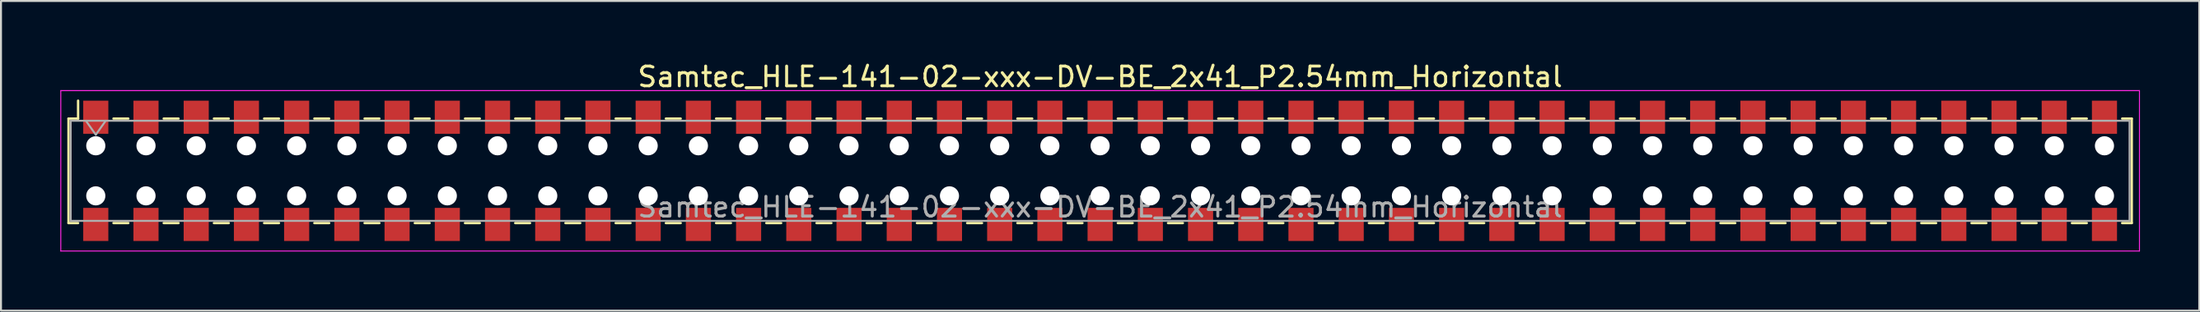
<source format=kicad_pcb>
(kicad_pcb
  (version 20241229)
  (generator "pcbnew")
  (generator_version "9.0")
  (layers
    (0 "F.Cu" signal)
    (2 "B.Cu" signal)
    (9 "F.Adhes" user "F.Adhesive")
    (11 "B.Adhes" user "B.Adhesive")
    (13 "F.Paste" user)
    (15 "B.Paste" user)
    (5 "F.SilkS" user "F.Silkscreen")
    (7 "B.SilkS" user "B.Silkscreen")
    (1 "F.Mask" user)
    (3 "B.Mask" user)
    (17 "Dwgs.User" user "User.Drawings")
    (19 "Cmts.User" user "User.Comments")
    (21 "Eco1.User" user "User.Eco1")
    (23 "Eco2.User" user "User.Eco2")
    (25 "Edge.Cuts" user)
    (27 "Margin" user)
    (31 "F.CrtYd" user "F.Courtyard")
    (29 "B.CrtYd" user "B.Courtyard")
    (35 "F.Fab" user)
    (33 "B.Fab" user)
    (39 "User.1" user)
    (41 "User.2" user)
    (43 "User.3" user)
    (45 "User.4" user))
  (footprint "Samtec_HLE-141-02-xxx-DV-BE_2x41_P2.54mm_Horizontal"
    (layer "F.Cu")
    (at 52.595 5.618)
    (property "Reference" "Samtec_HLE-141-02-xxx-DV-BE_2x41_P2.54mm_Horizontal" (at 0 -4.77 0) (layer "F.SilkS") (effects (font (size 1 1) (thickness 0.15))))
    (attr smd)
    (fp_line (start -52.18 -2.65) (end -52.18 2.65) (stroke (width 0.12) (type solid)) (layer "F.SilkS"))
    (fp_line (start -52.18 2.65) (end -51.695 2.65) (stroke (width 0.12) (type solid)) (layer "F.SilkS"))
    (fp_line (start -51.695 -3.56) (end -51.695 -2.65) (stroke (width 0.12) (type solid)) (layer "F.SilkS"))
    (fp_line (start -51.695 -2.65) (end -52.18 -2.65) (stroke (width 0.12) (type solid)) (layer "F.SilkS"))
    (fp_line (start -49.905 -2.65) (end -49.155 -2.65) (stroke (width 0.12) (type solid)) (layer "F.SilkS"))
    (fp_line (start -49.905 2.65) (end -49.155 2.65) (stroke (width 0.12) (type solid)) (layer "F.SilkS"))
    (fp_line (start -47.365 -2.65) (end -46.615 -2.65) (stroke (width 0.12) (type solid)) (layer "F.SilkS"))
    (fp_line (start -47.365 2.65) (end -46.615 2.65) (stroke (width 0.12) (type solid)) (layer "F.SilkS"))
    (fp_line (start -44.825 -2.65) (end -44.075 -2.65) (stroke (width 0.12) (type solid)) (layer "F.SilkS"))
    (fp_line (start -44.825 2.65) (end -44.075 2.65) (stroke (width 0.12) (type solid)) (layer "F.SilkS"))
    (fp_line (start -42.285 -2.65) (end -41.535 -2.65) (stroke (width 0.12) (type solid)) (layer "F.SilkS"))
    (fp_line (start -42.285 2.65) (end -41.535 2.65) (stroke (width 0.12) (type solid)) (layer "F.SilkS"))
    (fp_line (start -39.745 -2.65) (end -38.995 -2.65) (stroke (width 0.12) (type solid)) (layer "F.SilkS"))
    (fp_line (start -39.745 2.65) (end -38.995 2.65) (stroke (width 0.12) (type solid)) (layer "F.SilkS"))
    (fp_line (start -37.205 -2.65) (end -36.455 -2.65) (stroke (width 0.12) (type solid)) (layer "F.SilkS"))
    (fp_line (start -37.205 2.65) (end -36.455 2.65) (stroke (width 0.12) (type solid)) (layer "F.SilkS"))
    (fp_line (start -34.665 -2.65) (end -33.915 -2.65) (stroke (width 0.12) (type solid)) (layer "F.SilkS"))
    (fp_line (start -34.665 2.65) (end -33.915 2.65) (stroke (width 0.12) (type solid)) (layer "F.SilkS"))
    (fp_line (start -32.125 -2.65) (end -31.375 -2.65) (stroke (width 0.12) (type solid)) (layer "F.SilkS"))
    (fp_line (start -32.125 2.65) (end -31.375 2.65) (stroke (width 0.12) (type solid)) (layer "F.SilkS"))
    (fp_line (start -29.585 -2.65) (end -28.835 -2.65) (stroke (width 0.12) (type solid)) (layer "F.SilkS"))
    (fp_line (start -29.585 2.65) (end -28.835 2.65) (stroke (width 0.12) (type solid)) (layer "F.SilkS"))
    (fp_line (start -27.045 -2.65) (end -26.295 -2.65) (stroke (width 0.12) (type solid)) (layer "F.SilkS"))
    (fp_line (start -27.045 2.65) (end -26.295 2.65) (stroke (width 0.12) (type solid)) (layer "F.SilkS"))
    (fp_line (start -24.505 -2.65) (end -23.755 -2.65) (stroke (width 0.12) (type solid)) (layer "F.SilkS"))
    (fp_line (start -24.505 2.65) (end -23.755 2.65) (stroke (width 0.12) (type solid)) (layer "F.SilkS"))
    (fp_line (start -21.965 -2.65) (end -21.215 -2.65) (stroke (width 0.12) (type solid)) (layer "F.SilkS"))
    (fp_line (start -21.965 2.65) (end -21.215 2.65) (stroke (width 0.12) (type solid)) (layer "F.SilkS"))
    (fp_line (start -19.425 -2.65) (end -18.675 -2.65) (stroke (width 0.12) (type solid)) (layer "F.SilkS"))
    (fp_line (start -19.425 2.65) (end -18.675 2.65) (stroke (width 0.12) (type solid)) (layer "F.SilkS"))
    (fp_line (start -16.885 -2.65) (end -16.135 -2.65) (stroke (width 0.12) (type solid)) (layer "F.SilkS"))
    (fp_line (start -16.885 2.65) (end -16.135 2.65) (stroke (width 0.12) (type solid)) (layer "F.SilkS"))
    (fp_line (start -14.345 -2.65) (end -13.595 -2.65) (stroke (width 0.12) (type solid)) (layer "F.SilkS"))
    (fp_line (start -14.345 2.65) (end -13.595 2.65) (stroke (width 0.12) (type solid)) (layer "F.SilkS"))
    (fp_line (start -11.805 -2.65) (end -11.055 -2.65) (stroke (width 0.12) (type solid)) (layer "F.SilkS"))
    (fp_line (start -11.805 2.65) (end -11.055 2.65) (stroke (width 0.12) (type solid)) (layer "F.SilkS"))
    (fp_line (start -9.265 -2.65) (end -8.515 -2.65) (stroke (width 0.12) (type solid)) (layer "F.SilkS"))
    (fp_line (start -9.265 2.65) (end -8.515 2.65) (stroke (width 0.12) (type solid)) (layer "F.SilkS"))
    (fp_line (start -6.725 -2.65) (end -5.975 -2.65) (stroke (width 0.12) (type solid)) (layer "F.SilkS"))
    (fp_line (start -6.725 2.65) (end -5.975 2.65) (stroke (width 0.12) (type solid)) (layer "F.SilkS"))
    (fp_line (start -4.185 -2.65) (end -3.435 -2.65) (stroke (width 0.12) (type solid)) (layer "F.SilkS"))
    (fp_line (start -4.185 2.65) (end -3.435 2.65) (stroke (width 0.12) (type solid)) (layer "F.SilkS"))
    (fp_line (start -1.645 -2.65) (end -0.895 -2.65) (stroke (width 0.12) (type solid)) (layer "F.SilkS"))
    (fp_line (start -1.645 2.65) (end -0.895 2.65) (stroke (width 0.12) (type solid)) (layer "F.SilkS"))
    (fp_line (start 0.895 -2.65) (end 1.645 -2.65) (stroke (width 0.12) (type solid)) (layer "F.SilkS"))
    (fp_line (start 0.895 2.65) (end 1.645 2.65) (stroke (width 0.12) (type solid)) (layer "F.SilkS"))
    (fp_line (start 3.435 -2.65) (end 4.185 -2.65) (stroke (width 0.12) (type solid)) (layer "F.SilkS"))
    (fp_line (start 3.435 2.65) (end 4.185 2.65) (stroke (width 0.12) (type solid)) (layer "F.SilkS"))
    (fp_line (start 5.975 -2.65) (end 6.725 -2.65) (stroke (width 0.12) (type solid)) (layer "F.SilkS"))
    (fp_line (start 5.975 2.65) (end 6.725 2.65) (stroke (width 0.12) (type solid)) (layer "F.SilkS"))
    (fp_line (start 8.515 -2.65) (end 9.265 -2.65) (stroke (width 0.12) (type solid)) (layer "F.SilkS"))
    (fp_line (start 8.515 2.65) (end 9.265 2.65) (stroke (width 0.12) (type solid)) (layer "F.SilkS"))
    (fp_line (start 11.055 -2.65) (end 11.805 -2.65) (stroke (width 0.12) (type solid)) (layer "F.SilkS"))
    (fp_line (start 11.055 2.65) (end 11.805 2.65) (stroke (width 0.12) (type solid)) (layer "F.SilkS"))
    (fp_line (start 13.595 -2.65) (end 14.345 -2.65) (stroke (width 0.12) (type solid)) (layer "F.SilkS"))
    (fp_line (start 13.595 2.65) (end 14.345 2.65) (stroke (width 0.12) (type solid)) (layer "F.SilkS"))
    (fp_line (start 16.135 -2.65) (end 16.885 -2.65) (stroke (width 0.12) (type solid)) (layer "F.SilkS"))
    (fp_line (start 16.135 2.65) (end 16.885 2.65) (stroke (width 0.12) (type solid)) (layer "F.SilkS"))
    (fp_line (start 18.675 -2.65) (end 19.425 -2.65) (stroke (width 0.12) (type solid)) (layer "F.SilkS"))
    (fp_line (start 18.675 2.65) (end 19.425 2.65) (stroke (width 0.12) (type solid)) (layer "F.SilkS"))
    (fp_line (start 21.215 -2.65) (end 21.965 -2.65) (stroke (width 0.12) (type solid)) (layer "F.SilkS"))
    (fp_line (start 21.215 2.65) (end 21.965 2.65) (stroke (width 0.12) (type solid)) (layer "F.SilkS"))
    (fp_line (start 23.755 -2.65) (end 24.505 -2.65) (stroke (width 0.12) (type solid)) (layer "F.SilkS"))
    (fp_line (start 23.755 2.65) (end 24.505 2.65) (stroke (width 0.12) (type solid)) (layer "F.SilkS"))
    (fp_line (start 26.295 -2.65) (end 27.045 -2.65) (stroke (width 0.12) (type solid)) (layer "F.SilkS"))
    (fp_line (start 26.295 2.65) (end 27.045 2.65) (stroke (width 0.12) (type solid)) (layer "F.SilkS"))
    (fp_line (start 28.835 -2.65) (end 29.585 -2.65) (stroke (width 0.12) (type solid)) (layer "F.SilkS"))
    (fp_line (start 28.835 2.65) (end 29.585 2.65) (stroke (width 0.12) (type solid)) (layer "F.SilkS"))
    (fp_line (start 31.375 -2.65) (end 32.125 -2.65) (stroke (width 0.12) (type solid)) (layer "F.SilkS"))
    (fp_line (start 31.375 2.65) (end 32.125 2.65) (stroke (width 0.12) (type solid)) (layer "F.SilkS"))
    (fp_line (start 33.915 -2.65) (end 34.665 -2.65) (stroke (width 0.12) (type solid)) (layer "F.SilkS"))
    (fp_line (start 33.915 2.65) (end 34.665 2.65) (stroke (width 0.12) (type solid)) (layer "F.SilkS"))
    (fp_line (start 36.455 -2.65) (end 37.205 -2.65) (stroke (width 0.12) (type solid)) (layer "F.SilkS"))
    (fp_line (start 36.455 2.65) (end 37.205 2.65) (stroke (width 0.12) (type solid)) (layer "F.SilkS"))
    (fp_line (start 38.995 -2.65) (end 39.745 -2.65) (stroke (width 0.12) (type solid)) (layer "F.SilkS"))
    (fp_line (start 38.995 2.65) (end 39.745 2.65) (stroke (width 0.12) (type solid)) (layer "F.SilkS"))
    (fp_line (start 41.535 -2.65) (end 42.285 -2.65) (stroke (width 0.12) (type solid)) (layer "F.SilkS"))
    (fp_line (start 41.535 2.65) (end 42.285 2.65) (stroke (width 0.12) (type solid)) (layer "F.SilkS"))
    (fp_line (start 44.075 -2.65) (end 44.825 -2.65) (stroke (width 0.12) (type solid)) (layer "F.SilkS"))
    (fp_line (start 44.075 2.65) (end 44.825 2.65) (stroke (width 0.12) (type solid)) (layer "F.SilkS"))
    (fp_line (start 46.615 -2.65) (end 47.365 -2.65) (stroke (width 0.12) (type solid)) (layer "F.SilkS"))
    (fp_line (start 46.615 2.65) (end 47.365 2.65) (stroke (width 0.12) (type solid)) (layer "F.SilkS"))
    (fp_line (start 49.155 -2.65) (end 49.905 -2.65) (stroke (width 0.12) (type solid)) (layer "F.SilkS"))
    (fp_line (start 49.155 2.65) (end 49.905 2.65) (stroke (width 0.12) (type solid)) (layer "F.SilkS"))
    (fp_line (start 51.695 -2.65) (end 52.18 -2.65) (stroke (width 0.12) (type solid)) (layer "F.SilkS"))
    (fp_line (start 52.18 -2.65) (end 52.18 2.65) (stroke (width 0.12) (type solid)) (layer "F.SilkS"))
    (fp_line (start 52.18 2.65) (end 51.695 2.65) (stroke (width 0.12) (type solid)) (layer "F.SilkS"))
    (fp_line (start -52.57 -4.07) (end 52.57 -4.07) (stroke (width 0.05) (type solid)) (layer "F.CrtYd"))
    (fp_line (start -52.57 4.07) (end -52.57 -4.07) (stroke (width 0.05) (type solid)) (layer "F.CrtYd"))
    (fp_line (start 52.57 -4.07) (end 52.57 4.07) (stroke (width 0.05) (type solid)) (layer "F.CrtYd"))
    (fp_line (start 52.57 4.07) (end -52.57 4.07) (stroke (width 0.05) (type solid)) (layer "F.CrtYd"))
    (fp_line (start -52.07 -2.54) (end 52.07 -2.54) (stroke (width 0.1) (type solid)) (layer "F.Fab"))
    (fp_line (start -52.07 2.54) (end -52.07 -2.54) (stroke (width 0.1) (type solid)) (layer "F.Fab"))
    (fp_line (start -51.3 -2.54) (end -50.8 -1.833) (stroke (width 0.1) (type solid)) (layer "F.Fab"))
    (fp_line (start -50.8 -1.833) (end -50.3 -2.54) (stroke (width 0.1) (type solid)) (layer "F.Fab"))
    (fp_line (start 52.07 -2.54) (end 52.07 2.54) (stroke (width 0.1) (type solid)) (layer "F.Fab"))
    (fp_line (start 52.07 2.54) (end -52.07 2.54) (stroke (width 0.1) (type solid)) (layer "F.Fab"))
    (fp_text user "${REFERENCE}" (at 0 1.84 0) (layer "F.Fab") (effects (font (size 1 1) (thickness 0.15))))
    (pad "" np_thru_hole circle (at -50.8 -1.27) (size 0.97 0.97) (drill 0.97) (layers "*.Cu" "*.Mask"))
    (pad "" np_thru_hole circle (at -50.8 1.27) (size 0.97 0.97) (drill 0.97) (layers "*.Cu" "*.Mask"))
    (pad "" np_thru_hole circle (at -48.26 -1.27) (size 0.97 0.97) (drill 0.97) (layers "*.Cu" "*.Mask"))
    (pad "" np_thru_hole circle (at -48.26 1.27) (size 0.97 0.97) (drill 0.97) (layers "*.Cu" "*.Mask"))
    (pad "" np_thru_hole circle (at -45.72 -1.27) (size 0.97 0.97) (drill 0.97) (layers "*.Cu" "*.Mask"))
    (pad "" np_thru_hole circle (at -45.72 1.27) (size 0.97 0.97) (drill 0.97) (layers "*.Cu" "*.Mask"))
    (pad "" np_thru_hole circle (at -43.18 -1.27) (size 0.97 0.97) (drill 0.97) (layers "*.Cu" "*.Mask"))
    (pad "" np_thru_hole circle (at -43.18 1.27) (size 0.97 0.97) (drill 0.97) (layers "*.Cu" "*.Mask"))
    (pad "" np_thru_hole circle (at -40.64 -1.27) (size 0.97 0.97) (drill 0.97) (layers "*.Cu" "*.Mask"))
    (pad "" np_thru_hole circle (at -40.64 1.27) (size 0.97 0.97) (drill 0.97) (layers "*.Cu" "*.Mask"))
    (pad "" np_thru_hole circle (at -38.1 -1.27) (size 0.97 0.97) (drill 0.97) (layers "*.Cu" "*.Mask"))
    (pad "" np_thru_hole circle (at -38.1 1.27) (size 0.97 0.97) (drill 0.97) (layers "*.Cu" "*.Mask"))
    (pad "" np_thru_hole circle (at -35.56 -1.27) (size 0.97 0.97) (drill 0.97) (layers "*.Cu" "*.Mask"))
    (pad "" np_thru_hole circle (at -35.56 1.27) (size 0.97 0.97) (drill 0.97) (layers "*.Cu" "*.Mask"))
    (pad "" np_thru_hole circle (at -33.02 -1.27) (size 0.97 0.97) (drill 0.97) (layers "*.Cu" "*.Mask"))
    (pad "" np_thru_hole circle (at -33.02 1.27) (size 0.97 0.97) (drill 0.97) (layers "*.Cu" "*.Mask"))
    (pad "" np_thru_hole circle (at -30.48 -1.27) (size 0.97 0.97) (drill 0.97) (layers "*.Cu" "*.Mask"))
    (pad "" np_thru_hole circle (at -30.48 1.27) (size 0.97 0.97) (drill 0.97) (layers "*.Cu" "*.Mask"))
    (pad "" np_thru_hole circle (at -27.94 -1.27) (size 0.97 0.97) (drill 0.97) (layers "*.Cu" "*.Mask"))
    (pad "" np_thru_hole circle (at -27.94 1.27) (size 0.97 0.97) (drill 0.97) (layers "*.Cu" "*.Mask"))
    (pad "" np_thru_hole circle (at -25.4 -1.27) (size 0.97 0.97) (drill 0.97) (layers "*.Cu" "*.Mask"))
    (pad "" np_thru_hole circle (at -25.4 1.27) (size 0.97 0.97) (drill 0.97) (layers "*.Cu" "*.Mask"))
    (pad "" np_thru_hole circle (at -22.86 -1.27) (size 0.97 0.97) (drill 0.97) (layers "*.Cu" "*.Mask"))
    (pad "" np_thru_hole circle (at -22.86 1.27) (size 0.97 0.97) (drill 0.97) (layers "*.Cu" "*.Mask"))
    (pad "" np_thru_hole circle (at -20.32 -1.27) (size 0.97 0.97) (drill 0.97) (layers "*.Cu" "*.Mask"))
    (pad "" np_thru_hole circle (at -20.32 1.27) (size 0.97 0.97) (drill 0.97) (layers "*.Cu" "*.Mask"))
    (pad "" np_thru_hole circle (at -17.78 -1.27) (size 0.97 0.97) (drill 0.97) (layers "*.Cu" "*.Mask"))
    (pad "" np_thru_hole circle (at -17.78 1.27) (size 0.97 0.97) (drill 0.97) (layers "*.Cu" "*.Mask"))
    (pad "" np_thru_hole circle (at -15.24 -1.27) (size 0.97 0.97) (drill 0.97) (layers "*.Cu" "*.Mask"))
    (pad "" np_thru_hole circle (at -15.24 1.27) (size 0.97 0.97) (drill 0.97) (layers "*.Cu" "*.Mask"))
    (pad "" np_thru_hole circle (at -12.7 -1.27) (size 0.97 0.97) (drill 0.97) (layers "*.Cu" "*.Mask"))
    (pad "" np_thru_hole circle (at -12.7 1.27) (size 0.97 0.97) (drill 0.97) (layers "*.Cu" "*.Mask"))
    (pad "" np_thru_hole circle (at -10.16 -1.27) (size 0.97 0.97) (drill 0.97) (layers "*.Cu" "*.Mask"))
    (pad "" np_thru_hole circle (at -10.16 1.27) (size 0.97 0.97) (drill 0.97) (layers "*.Cu" "*.Mask"))
    (pad "" np_thru_hole circle (at -7.62 -1.27) (size 0.97 0.97) (drill 0.97) (layers "*.Cu" "*.Mask"))
    (pad "" np_thru_hole circle (at -7.62 1.27) (size 0.97 0.97) (drill 0.97) (layers "*.Cu" "*.Mask"))
    (pad "" np_thru_hole circle (at -5.08 -1.27) (size 0.97 0.97) (drill 0.97) (layers "*.Cu" "*.Mask"))
    (pad "" np_thru_hole circle (at -5.08 1.27) (size 0.97 0.97) (drill 0.97) (layers "*.Cu" "*.Mask"))
    (pad "" np_thru_hole circle (at -2.54 -1.27) (size 0.97 0.97) (drill 0.97) (layers "*.Cu" "*.Mask"))
    (pad "" np_thru_hole circle (at -2.54 1.27) (size 0.97 0.97) (drill 0.97) (layers "*.Cu" "*.Mask"))
    (pad "" np_thru_hole circle (at 0 -1.27) (size 0.97 0.97) (drill 0.97) (layers "*.Cu" "*.Mask"))
    (pad "" np_thru_hole circle (at 0 1.27) (size 0.97 0.97) (drill 0.97) (layers "*.Cu" "*.Mask"))
    (pad "" np_thru_hole circle (at 2.54 -1.27) (size 0.97 0.97) (drill 0.97) (layers "*.Cu" "*.Mask"))
    (pad "" np_thru_hole circle (at 2.54 1.27) (size 0.97 0.97) (drill 0.97) (layers "*.Cu" "*.Mask"))
    (pad "" np_thru_hole circle (at 5.08 -1.27) (size 0.97 0.97) (drill 0.97) (layers "*.Cu" "*.Mask"))
    (pad "" np_thru_hole circle (at 5.08 1.27) (size 0.97 0.97) (drill 0.97) (layers "*.Cu" "*.Mask"))
    (pad "" np_thru_hole circle (at 7.62 -1.27) (size 0.97 0.97) (drill 0.97) (layers "*.Cu" "*.Mask"))
    (pad "" np_thru_hole circle (at 7.62 1.27) (size 0.97 0.97) (drill 0.97) (layers "*.Cu" "*.Mask"))
    (pad "" np_thru_hole circle (at 10.16 -1.27) (size 0.97 0.97) (drill 0.97) (layers "*.Cu" "*.Mask"))
    (pad "" np_thru_hole circle (at 10.16 1.27) (size 0.97 0.97) (drill 0.97) (layers "*.Cu" "*.Mask"))
    (pad "" np_thru_hole circle (at 12.7 -1.27) (size 0.97 0.97) (drill 0.97) (layers "*.Cu" "*.Mask"))
    (pad "" np_thru_hole circle (at 12.7 1.27) (size 0.97 0.97) (drill 0.97) (layers "*.Cu" "*.Mask"))
    (pad "" np_thru_hole circle (at 15.24 -1.27) (size 0.97 0.97) (drill 0.97) (layers "*.Cu" "*.Mask"))
    (pad "" np_thru_hole circle (at 15.24 1.27) (size 0.97 0.97) (drill 0.97) (layers "*.Cu" "*.Mask"))
    (pad "" np_thru_hole circle (at 17.78 -1.27) (size 0.97 0.97) (drill 0.97) (layers "*.Cu" "*.Mask"))
    (pad "" np_thru_hole circle (at 17.78 1.27) (size 0.97 0.97) (drill 0.97) (layers "*.Cu" "*.Mask"))
    (pad "" np_thru_hole circle (at 20.32 -1.27) (size 0.97 0.97) (drill 0.97) (layers "*.Cu" "*.Mask"))
    (pad "" np_thru_hole circle (at 20.32 1.27) (size 0.97 0.97) (drill 0.97) (layers "*.Cu" "*.Mask"))
    (pad "" np_thru_hole circle (at 22.86 -1.27) (size 0.97 0.97) (drill 0.97) (layers "*.Cu" "*.Mask"))
    (pad "" np_thru_hole circle (at 22.86 1.27) (size 0.97 0.97) (drill 0.97) (layers "*.Cu" "*.Mask"))
    (pad "" np_thru_hole circle (at 25.4 -1.27) (size 0.97 0.97) (drill 0.97) (layers "*.Cu" "*.Mask"))
    (pad "" np_thru_hole circle (at 25.4 1.27) (size 0.97 0.97) (drill 0.97) (layers "*.Cu" "*.Mask"))
    (pad "" np_thru_hole circle (at 27.94 -1.27) (size 0.97 0.97) (drill 0.97) (layers "*.Cu" "*.Mask"))
    (pad "" np_thru_hole circle (at 27.94 1.27) (size 0.97 0.97) (drill 0.97) (layers "*.Cu" "*.Mask"))
    (pad "" np_thru_hole circle (at 30.48 -1.27) (size 0.97 0.97) (drill 0.97) (layers "*.Cu" "*.Mask"))
    (pad "" np_thru_hole circle (at 30.48 1.27) (size 0.97 0.97) (drill 0.97) (layers "*.Cu" "*.Mask"))
    (pad "" np_thru_hole circle (at 33.02 -1.27) (size 0.97 0.97) (drill 0.97) (layers "*.Cu" "*.Mask"))
    (pad "" np_thru_hole circle (at 33.02 1.27) (size 0.97 0.97) (drill 0.97) (layers "*.Cu" "*.Mask"))
    (pad "" np_thru_hole circle (at 35.56 -1.27) (size 0.97 0.97) (drill 0.97) (layers "*.Cu" "*.Mask"))
    (pad "" np_thru_hole circle (at 35.56 1.27) (size 0.97 0.97) (drill 0.97) (layers "*.Cu" "*.Mask"))
    (pad "" np_thru_hole circle (at 38.1 -1.27) (size 0.97 0.97) (drill 0.97) (layers "*.Cu" "*.Mask"))
    (pad "" np_thru_hole circle (at 38.1 1.27) (size 0.97 0.97) (drill 0.97) (layers "*.Cu" "*.Mask"))
    (pad "" np_thru_hole circle (at 40.64 -1.27) (size 0.97 0.97) (drill 0.97) (layers "*.Cu" "*.Mask"))
    (pad "" np_thru_hole circle (at 40.64 1.27) (size 0.97 0.97) (drill 0.97) (layers "*.Cu" "*.Mask"))
    (pad "" np_thru_hole circle (at 43.18 -1.27) (size 0.97 0.97) (drill 0.97) (layers "*.Cu" "*.Mask"))
    (pad "" np_thru_hole circle (at 43.18 1.27) (size 0.97 0.97) (drill 0.97) (layers "*.Cu" "*.Mask"))
    (pad "" np_thru_hole circle (at 45.72 -1.27) (size 0.97 0.97) (drill 0.97) (layers "*.Cu" "*.Mask"))
    (pad "" np_thru_hole circle (at 45.72 1.27) (size 0.97 0.97) (drill 0.97) (layers "*.Cu" "*.Mask"))
    (pad "" np_thru_hole circle (at 48.26 -1.27) (size 0.97 0.97) (drill 0.97) (layers "*.Cu" "*.Mask"))
    (pad "" np_thru_hole circle (at 48.26 1.27) (size 0.97 0.97) (drill 0.97) (layers "*.Cu" "*.Mask"))
    (pad "" np_thru_hole circle (at 50.8 -1.27) (size 0.97 0.97) (drill 0.97) (layers "*.Cu" "*.Mask"))
    (pad "" np_thru_hole circle (at 50.8 1.27) (size 0.97 0.97) (drill 0.97) (layers "*.Cu" "*.Mask"))
    (pad "1" smd rect (at -50.8 -2.72) (size 1.27 1.68) (layers "F.Cu" "F.Mask" "F.Paste"))
    (pad "2" smd rect (at -50.8 2.72) (size 1.27 1.68) (layers "F.Cu" "F.Mask" "F.Paste"))
    (pad "3" smd rect (at -48.26 -2.72) (size 1.27 1.68) (layers "F.Cu" "F.Mask" "F.Paste"))
    (pad "4" smd rect (at -48.26 2.72) (size 1.27 1.68) (layers "F.Cu" "F.Mask" "F.Paste"))
    (pad "5" smd rect (at -45.72 -2.72) (size 1.27 1.68) (layers "F.Cu" "F.Mask" "F.Paste"))
    (pad "6" smd rect (at -45.72 2.72) (size 1.27 1.68) (layers "F.Cu" "F.Mask" "F.Paste"))
    (pad "7" smd rect (at -43.18 -2.72) (size 1.27 1.68) (layers "F.Cu" "F.Mask" "F.Paste"))
    (pad "8" smd rect (at -43.18 2.72) (size 1.27 1.68) (layers "F.Cu" "F.Mask" "F.Paste"))
    (pad "9" smd rect (at -40.64 -2.72) (size 1.27 1.68) (layers "F.Cu" "F.Mask" "F.Paste"))
    (pad "10" smd rect (at -40.64 2.72) (size 1.27 1.68) (layers "F.Cu" "F.Mask" "F.Paste"))
    (pad "11" smd rect (at -38.1 -2.72) (size 1.27 1.68) (layers "F.Cu" "F.Mask" "F.Paste"))
    (pad "12" smd rect (at -38.1 2.72) (size 1.27 1.68) (layers "F.Cu" "F.Mask" "F.Paste"))
    (pad "13" smd rect (at -35.56 -2.72) (size 1.27 1.68) (layers "F.Cu" "F.Mask" "F.Paste"))
    (pad "14" smd rect (at -35.56 2.72) (size 1.27 1.68) (layers "F.Cu" "F.Mask" "F.Paste"))
    (pad "15" smd rect (at -33.02 -2.72) (size 1.27 1.68) (layers "F.Cu" "F.Mask" "F.Paste"))
    (pad "16" smd rect (at -33.02 2.72) (size 1.27 1.68) (layers "F.Cu" "F.Mask" "F.Paste"))
    (pad "17" smd rect (at -30.48 -2.72) (size 1.27 1.68) (layers "F.Cu" "F.Mask" "F.Paste"))
    (pad "18" smd rect (at -30.48 2.72) (size 1.27 1.68) (layers "F.Cu" "F.Mask" "F.Paste"))
    (pad "19" smd rect (at -27.94 -2.72) (size 1.27 1.68) (layers "F.Cu" "F.Mask" "F.Paste"))
    (pad "20" smd rect (at -27.94 2.72) (size 1.27 1.68) (layers "F.Cu" "F.Mask" "F.Paste"))
    (pad "21" smd rect (at -25.4 -2.72) (size 1.27 1.68) (layers "F.Cu" "F.Mask" "F.Paste"))
    (pad "22" smd rect (at -25.4 2.72) (size 1.27 1.68) (layers "F.Cu" "F.Mask" "F.Paste"))
    (pad "23" smd rect (at -22.86 -2.72) (size 1.27 1.68) (layers "F.Cu" "F.Mask" "F.Paste"))
    (pad "24" smd rect (at -22.86 2.72) (size 1.27 1.68) (layers "F.Cu" "F.Mask" "F.Paste"))
    (pad "25" smd rect (at -20.32 -2.72) (size 1.27 1.68) (layers "F.Cu" "F.Mask" "F.Paste"))
    (pad "26" smd rect (at -20.32 2.72) (size 1.27 1.68) (layers "F.Cu" "F.Mask" "F.Paste"))
    (pad "27" smd rect (at -17.78 -2.72) (size 1.27 1.68) (layers "F.Cu" "F.Mask" "F.Paste"))
    (pad "28" smd rect (at -17.78 2.72) (size 1.27 1.68) (layers "F.Cu" "F.Mask" "F.Paste"))
    (pad "29" smd rect (at -15.24 -2.72) (size 1.27 1.68) (layers "F.Cu" "F.Mask" "F.Paste"))
    (pad "30" smd rect (at -15.24 2.72) (size 1.27 1.68) (layers "F.Cu" "F.Mask" "F.Paste"))
    (pad "31" smd rect (at -12.7 -2.72) (size 1.27 1.68) (layers "F.Cu" "F.Mask" "F.Paste"))
    (pad "32" smd rect (at -12.7 2.72) (size 1.27 1.68) (layers "F.Cu" "F.Mask" "F.Paste"))
    (pad "33" smd rect (at -10.16 -2.72) (size 1.27 1.68) (layers "F.Cu" "F.Mask" "F.Paste"))
    (pad "34" smd rect (at -10.16 2.72) (size 1.27 1.68) (layers "F.Cu" "F.Mask" "F.Paste"))
    (pad "35" smd rect (at -7.62 -2.72) (size 1.27 1.68) (layers "F.Cu" "F.Mask" "F.Paste"))
    (pad "36" smd rect (at -7.62 2.72) (size 1.27 1.68) (layers "F.Cu" "F.Mask" "F.Paste"))
    (pad "37" smd rect (at -5.08 -2.72) (size 1.27 1.68) (layers "F.Cu" "F.Mask" "F.Paste"))
    (pad "38" smd rect (at -5.08 2.72) (size 1.27 1.68) (layers "F.Cu" "F.Mask" "F.Paste"))
    (pad "39" smd rect (at -2.54 -2.72) (size 1.27 1.68) (layers "F.Cu" "F.Mask" "F.Paste"))
    (pad "40" smd rect (at -2.54 2.72) (size 1.27 1.68) (layers "F.Cu" "F.Mask" "F.Paste"))
    (pad "41" smd rect (at 0 -2.72) (size 1.27 1.68) (layers "F.Cu" "F.Mask" "F.Paste"))
    (pad "42" smd rect (at 0 2.72) (size 1.27 1.68) (layers "F.Cu" "F.Mask" "F.Paste"))
    (pad "43" smd rect (at 2.54 -2.72) (size 1.27 1.68) (layers "F.Cu" "F.Mask" "F.Paste"))
    (pad "44" smd rect (at 2.54 2.72) (size 1.27 1.68) (layers "F.Cu" "F.Mask" "F.Paste"))
    (pad "45" smd rect (at 5.08 -2.72) (size 1.27 1.68) (layers "F.Cu" "F.Mask" "F.Paste"))
    (pad "46" smd rect (at 5.08 2.72) (size 1.27 1.68) (layers "F.Cu" "F.Mask" "F.Paste"))
    (pad "47" smd rect (at 7.62 -2.72) (size 1.27 1.68) (layers "F.Cu" "F.Mask" "F.Paste"))
    (pad "48" smd rect (at 7.62 2.72) (size 1.27 1.68) (layers "F.Cu" "F.Mask" "F.Paste"))
    (pad "49" smd rect (at 10.16 -2.72) (size 1.27 1.68) (layers "F.Cu" "F.Mask" "F.Paste"))
    (pad "50" smd rect (at 10.16 2.72) (size 1.27 1.68) (layers "F.Cu" "F.Mask" "F.Paste"))
    (pad "51" smd rect (at 12.7 -2.72) (size 1.27 1.68) (layers "F.Cu" "F.Mask" "F.Paste"))
    (pad "52" smd rect (at 12.7 2.72) (size 1.27 1.68) (layers "F.Cu" "F.Mask" "F.Paste"))
    (pad "53" smd rect (at 15.24 -2.72) (size 1.27 1.68) (layers "F.Cu" "F.Mask" "F.Paste"))
    (pad "54" smd rect (at 15.24 2.72) (size 1.27 1.68) (layers "F.Cu" "F.Mask" "F.Paste"))
    (pad "55" smd rect (at 17.78 -2.72) (size 1.27 1.68) (layers "F.Cu" "F.Mask" "F.Paste"))
    (pad "56" smd rect (at 17.78 2.72) (size 1.27 1.68) (layers "F.Cu" "F.Mask" "F.Paste"))
    (pad "57" smd rect (at 20.32 -2.72) (size 1.27 1.68) (layers "F.Cu" "F.Mask" "F.Paste"))
    (pad "58" smd rect (at 20.32 2.72) (size 1.27 1.68) (layers "F.Cu" "F.Mask" "F.Paste"))
    (pad "59" smd rect (at 22.86 -2.72) (size 1.27 1.68) (layers "F.Cu" "F.Mask" "F.Paste"))
    (pad "60" smd rect (at 22.86 2.72) (size 1.27 1.68) (layers "F.Cu" "F.Mask" "F.Paste"))
    (pad "61" smd rect (at 25.4 -2.72) (size 1.27 1.68) (layers "F.Cu" "F.Mask" "F.Paste"))
    (pad "62" smd rect (at 25.4 2.72) (size 1.27 1.68) (layers "F.Cu" "F.Mask" "F.Paste"))
    (pad "63" smd rect (at 27.94 -2.72) (size 1.27 1.68) (layers "F.Cu" "F.Mask" "F.Paste"))
    (pad "64" smd rect (at 27.94 2.72) (size 1.27 1.68) (layers "F.Cu" "F.Mask" "F.Paste"))
    (pad "65" smd rect (at 30.48 -2.72) (size 1.27 1.68) (layers "F.Cu" "F.Mask" "F.Paste"))
    (pad "66" smd rect (at 30.48 2.72) (size 1.27 1.68) (layers "F.Cu" "F.Mask" "F.Paste"))
    (pad "67" smd rect (at 33.02 -2.72) (size 1.27 1.68) (layers "F.Cu" "F.Mask" "F.Paste"))
    (pad "68" smd rect (at 33.02 2.72) (size 1.27 1.68) (layers "F.Cu" "F.Mask" "F.Paste"))
    (pad "69" smd rect (at 35.56 -2.72) (size 1.27 1.68) (layers "F.Cu" "F.Mask" "F.Paste"))
    (pad "70" smd rect (at 35.56 2.72) (size 1.27 1.68) (layers "F.Cu" "F.Mask" "F.Paste"))
    (pad "71" smd rect (at 38.1 -2.72) (size 1.27 1.68) (layers "F.Cu" "F.Mask" "F.Paste"))
    (pad "72" smd rect (at 38.1 2.72) (size 1.27 1.68) (layers "F.Cu" "F.Mask" "F.Paste"))
    (pad "73" smd rect (at 40.64 -2.72) (size 1.27 1.68) (layers "F.Cu" "F.Mask" "F.Paste"))
    (pad "74" smd rect (at 40.64 2.72) (size 1.27 1.68) (layers "F.Cu" "F.Mask" "F.Paste"))
    (pad "75" smd rect (at 43.18 -2.72) (size 1.27 1.68) (layers "F.Cu" "F.Mask" "F.Paste"))
    (pad "76" smd rect (at 43.18 2.72) (size 1.27 1.68) (layers "F.Cu" "F.Mask" "F.Paste"))
    (pad "77" smd rect (at 45.72 -2.72) (size 1.27 1.68) (layers "F.Cu" "F.Mask" "F.Paste"))
    (pad "78" smd rect (at 45.72 2.72) (size 1.27 1.68) (layers "F.Cu" "F.Mask" "F.Paste"))
    (pad "79" smd rect (at 48.26 -2.72) (size 1.27 1.68) (layers "F.Cu" "F.Mask" "F.Paste"))
    (pad "80" smd rect (at 48.26 2.72) (size 1.27 1.68) (layers "F.Cu" "F.Mask" "F.Paste"))
    (pad "81" smd rect (at 50.8 -2.72) (size 1.27 1.68) (layers "F.Cu" "F.Mask" "F.Paste"))
    (pad "82" smd rect (at 50.8 2.72) (size 1.27 1.68) (layers "F.Cu" "F.Mask" "F.Paste")))
  (gr_rect
    (start -3 -3)
    (end 108.19 12.713)
    (stroke (width 0.1) (type default))
    (fill no)
    (layer "Edge.Cuts")))
</source>
